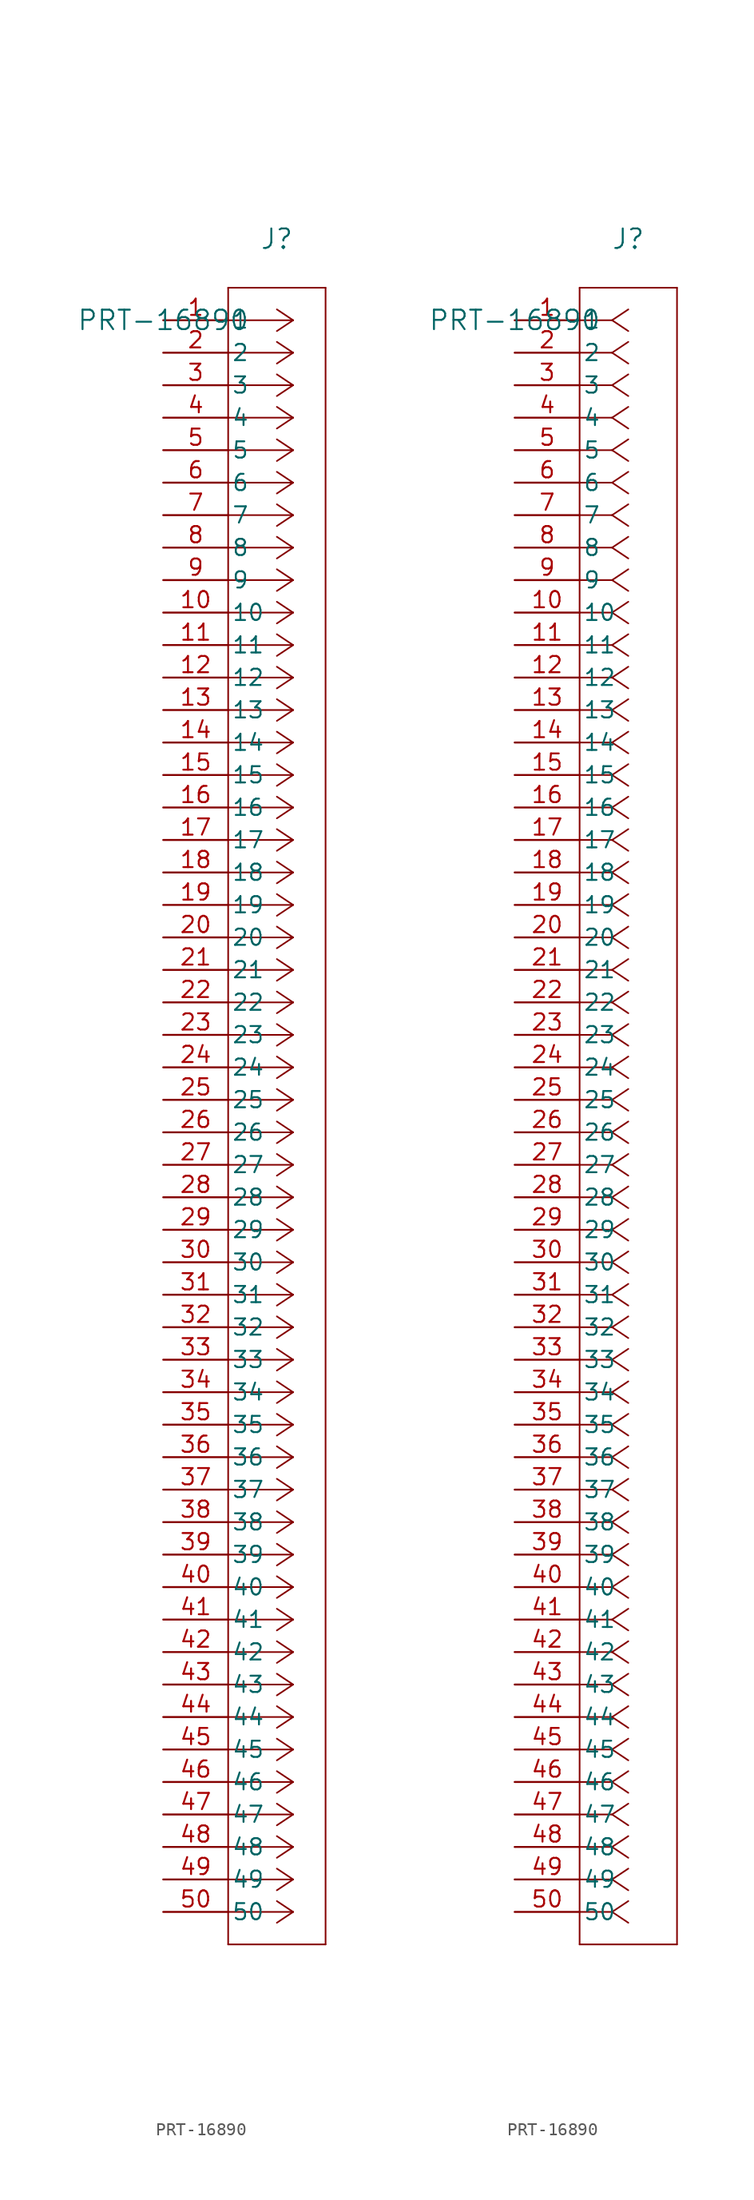
<source format=kicad_sym>
(kicad_symbol_lib
  (version 20211014)
  (generator kicad_symbol_editor)
  (symbol "PRT-16890"
    (pin_names
      (offset 0.254))
    (property "Reference" "J"
      (at 8.89 6.35 0)
      (effects (font (size 1.524 1.524))))
    (property "Value" "PRT-16890"
      (at 0 0 0)
      (effects (font (size 1.524 1.524))))
    (symbol "PRT-16890_1_1"
      (polyline (pts (xy 10.16 0) (xy 5.08 0)) (stroke (width 0.127) (type default) (color 0 0 0 0)) (fill (type none)))
      (polyline (pts (xy 10.16 -2.54) (xy 5.08 -2.54)) (stroke (width 0.127) (type default) (color 0 0 0 0)) (fill (type none)))
      (polyline (pts (xy 10.16 -5.08) (xy 5.08 -5.08)) (stroke (width 0.127) (type default) (color 0 0 0 0)) (fill (type none)))
      (polyline (pts (xy 10.16 -7.62) (xy 5.08 -7.62)) (stroke (width 0.127) (type default) (color 0 0 0 0)) (fill (type none)))
      (polyline (pts (xy 10.16 -10.16) (xy 5.08 -10.16)) (stroke (width 0.127) (type default) (color 0 0 0 0)) (fill (type none)))
      (polyline (pts (xy 10.16 -12.7) (xy 5.08 -12.7)) (stroke (width 0.127) (type default) (color 0 0 0 0)) (fill (type none)))
      (polyline (pts (xy 10.16 -15.24) (xy 5.08 -15.24)) (stroke (width 0.127) (type default) (color 0 0 0 0)) (fill (type none)))
      (polyline (pts (xy 10.16 -17.78) (xy 5.08 -17.78)) (stroke (width 0.127) (type default) (color 0 0 0 0)) (fill (type none)))
      (polyline (pts (xy 10.16 -20.32) (xy 5.08 -20.32)) (stroke (width 0.127) (type default) (color 0 0 0 0)) (fill (type none)))
      (polyline (pts (xy 10.16 -22.86) (xy 5.08 -22.86)) (stroke (width 0.127) (type default) (color 0 0 0 0)) (fill (type none)))
      (polyline (pts (xy 10.16 -25.4) (xy 5.08 -25.4)) (stroke (width 0.127) (type default) (color 0 0 0 0)) (fill (type none)))
      (polyline (pts (xy 10.16 -27.94) (xy 5.08 -27.94)) (stroke (width 0.127) (type default) (color 0 0 0 0)) (fill (type none)))
      (polyline (pts (xy 10.16 -30.48) (xy 5.08 -30.48)) (stroke (width 0.127) (type default) (color 0 0 0 0)) (fill (type none)))
      (polyline (pts (xy 10.16 -33.02) (xy 5.08 -33.02)) (stroke (width 0.127) (type default) (color 0 0 0 0)) (fill (type none)))
      (polyline (pts (xy 10.16 -35.56) (xy 5.08 -35.56)) (stroke (width 0.127) (type default) (color 0 0 0 0)) (fill (type none)))
      (polyline (pts (xy 10.16 -38.1) (xy 5.08 -38.1)) (stroke (width 0.127) (type default) (color 0 0 0 0)) (fill (type none)))
      (polyline (pts (xy 10.16 -40.64) (xy 5.08 -40.64)) (stroke (width 0.127) (type default) (color 0 0 0 0)) (fill (type none)))
      (polyline (pts (xy 10.16 -43.18) (xy 5.08 -43.18)) (stroke (width 0.127) (type default) (color 0 0 0 0)) (fill (type none)))
      (polyline (pts (xy 10.16 -45.72) (xy 5.08 -45.72)) (stroke (width 0.127) (type default) (color 0 0 0 0)) (fill (type none)))
      (polyline (pts (xy 10.16 -48.26) (xy 5.08 -48.26)) (stroke (width 0.127) (type default) (color 0 0 0 0)) (fill (type none)))
      (polyline (pts (xy 10.16 -50.8) (xy 5.08 -50.8)) (stroke (width 0.127) (type default) (color 0 0 0 0)) (fill (type none)))
      (polyline (pts (xy 10.16 -53.34) (xy 5.08 -53.34)) (stroke (width 0.127) (type default) (color 0 0 0 0)) (fill (type none)))
      (polyline (pts (xy 10.16 -55.88) (xy 5.08 -55.88)) (stroke (width 0.127) (type default) (color 0 0 0 0)) (fill (type none)))
      (polyline (pts (xy 10.16 -58.42) (xy 5.08 -58.42)) (stroke (width 0.127) (type default) (color 0 0 0 0)) (fill (type none)))
      (polyline (pts (xy 10.16 -60.96) (xy 5.08 -60.96)) (stroke (width 0.127) (type default) (color 0 0 0 0)) (fill (type none)))
      (polyline (pts (xy 10.16 -63.5) (xy 5.08 -63.5)) (stroke (width 0.127) (type default) (color 0 0 0 0)) (fill (type none)))
      (polyline (pts (xy 10.16 -66.04) (xy 5.08 -66.04)) (stroke (width 0.127) (type default) (color 0 0 0 0)) (fill (type none)))
      (polyline (pts (xy 10.16 -68.58) (xy 5.08 -68.58)) (stroke (width 0.127) (type default) (color 0 0 0 0)) (fill (type none)))
      (polyline (pts (xy 10.16 -71.12) (xy 5.08 -71.12)) (stroke (width 0.127) (type default) (color 0 0 0 0)) (fill (type none)))
      (polyline (pts (xy 10.16 -73.66) (xy 5.08 -73.66)) (stroke (width 0.127) (type default) (color 0 0 0 0)) (fill (type none)))
      (polyline (pts (xy 10.16 -76.2) (xy 5.08 -76.2)) (stroke (width 0.127) (type default) (color 0 0 0 0)) (fill (type none)))
      (polyline (pts (xy 10.16 -78.74) (xy 5.08 -78.74)) (stroke (width 0.127) (type default) (color 0 0 0 0)) (fill (type none)))
      (polyline (pts (xy 10.16 -81.28) (xy 5.08 -81.28)) (stroke (width 0.127) (type default) (color 0 0 0 0)) (fill (type none)))
      (polyline (pts (xy 10.16 -83.82) (xy 5.08 -83.82)) (stroke (width 0.127) (type default) (color 0 0 0 0)) (fill (type none)))
      (polyline (pts (xy 10.16 -86.36) (xy 5.08 -86.36)) (stroke (width 0.127) (type default) (color 0 0 0 0)) (fill (type none)))
      (polyline (pts (xy 10.16 -88.9) (xy 5.08 -88.9)) (stroke (width 0.127) (type default) (color 0 0 0 0)) (fill (type none)))
      (polyline (pts (xy 10.16 -91.44) (xy 5.08 -91.44)) (stroke (width 0.127) (type default) (color 0 0 0 0)) (fill (type none)))
      (polyline (pts (xy 10.16 -93.98) (xy 5.08 -93.98)) (stroke (width 0.127) (type default) (color 0 0 0 0)) (fill (type none)))
      (polyline (pts (xy 10.16 -96.52) (xy 5.08 -96.52)) (stroke (width 0.127) (type default) (color 0 0 0 0)) (fill (type none)))
      (polyline (pts (xy 10.16 -99.06) (xy 5.08 -99.06)) (stroke (width 0.127) (type default) (color 0 0 0 0)) (fill (type none)))
      (polyline (pts (xy 10.16 -101.6) (xy 5.08 -101.6)) (stroke (width 0.127) (type default) (color 0 0 0 0)) (fill (type none)))
      (polyline (pts (xy 10.16 -104.14) (xy 5.08 -104.14)) (stroke (width 0.127) (type default) (color 0 0 0 0)) (fill (type none)))
      (polyline (pts (xy 10.16 -106.68) (xy 5.08 -106.68)) (stroke (width 0.127) (type default) (color 0 0 0 0)) (fill (type none)))
      (polyline (pts (xy 10.16 -109.22) (xy 5.08 -109.22)) (stroke (width 0.127) (type default) (color 0 0 0 0)) (fill (type none)))
      (polyline (pts (xy 10.16 -111.76) (xy 5.08 -111.76)) (stroke (width 0.127) (type default) (color 0 0 0 0)) (fill (type none)))
      (polyline (pts (xy 10.16 -114.3) (xy 5.08 -114.3)) (stroke (width 0.127) (type default) (color 0 0 0 0)) (fill (type none)))
      (polyline (pts (xy 10.16 -116.84) (xy 5.08 -116.84)) (stroke (width 0.127) (type default) (color 0 0 0 0)) (fill (type none)))
      (polyline (pts (xy 10.16 -119.38) (xy 5.08 -119.38)) (stroke (width 0.127) (type default) (color 0 0 0 0)) (fill (type none)))
      (polyline (pts (xy 10.16 -121.92) (xy 5.08 -121.92)) (stroke (width 0.127) (type default) (color 0 0 0 0)) (fill (type none)))
      (polyline (pts (xy 10.16 -124.46) (xy 5.08 -124.46)) (stroke (width 0.127) (type default) (color 0 0 0 0)) (fill (type none)))
      (polyline (pts (xy 10.16 0) (xy 8.89 0.847)) (stroke (width 0.127) (type default) (color 0 0 0 0)) (fill (type none)))
      (polyline (pts (xy 10.16 -2.54) (xy 8.89 -1.693)) (stroke (width 0.127) (type default) (color 0 0 0 0)) (fill (type none)))
      (polyline (pts (xy 10.16 -5.08) (xy 8.89 -4.233)) (stroke (width 0.127) (type default) (color 0 0 0 0)) (fill (type none)))
      (polyline (pts (xy 10.16 -7.62) (xy 8.89 -6.773)) (stroke (width 0.127) (type default) (color 0 0 0 0)) (fill (type none)))
      (polyline (pts (xy 10.16 -10.16) (xy 8.89 -9.313)) (stroke (width 0.127) (type default) (color 0 0 0 0)) (fill (type none)))
      (polyline (pts (xy 10.16 -12.7) (xy 8.89 -11.853)) (stroke (width 0.127) (type default) (color 0 0 0 0)) (fill (type none)))
      (polyline (pts (xy 10.16 -15.24) (xy 8.89 -14.393)) (stroke (width 0.127) (type default) (color 0 0 0 0)) (fill (type none)))
      (polyline (pts (xy 10.16 -17.78) (xy 8.89 -16.933)) (stroke (width 0.127) (type default) (color 0 0 0 0)) (fill (type none)))
      (polyline (pts (xy 10.16 -20.32) (xy 8.89 -19.473)) (stroke (width 0.127) (type default) (color 0 0 0 0)) (fill (type none)))
      (polyline (pts (xy 10.16 -22.86) (xy 8.89 -22.013)) (stroke (width 0.127) (type default) (color 0 0 0 0)) (fill (type none)))
      (polyline (pts (xy 10.16 -25.4) (xy 8.89 -24.553)) (stroke (width 0.127) (type default) (color 0 0 0 0)) (fill (type none)))
      (polyline (pts (xy 10.16 -27.94) (xy 8.89 -27.093)) (stroke (width 0.127) (type default) (color 0 0 0 0)) (fill (type none)))
      (polyline (pts (xy 10.16 -30.48) (xy 8.89 -29.633)) (stroke (width 0.127) (type default) (color 0 0 0 0)) (fill (type none)))
      (polyline (pts (xy 10.16 -33.02) (xy 8.89 -32.173)) (stroke (width 0.127) (type default) (color 0 0 0 0)) (fill (type none)))
      (polyline (pts (xy 10.16 -35.56) (xy 8.89 -34.713)) (stroke (width 0.127) (type default) (color 0 0 0 0)) (fill (type none)))
      (polyline (pts (xy 10.16 -38.1) (xy 8.89 -37.253)) (stroke (width 0.127) (type default) (color 0 0 0 0)) (fill (type none)))
      (polyline (pts (xy 10.16 -40.64) (xy 8.89 -39.793)) (stroke (width 0.127) (type default) (color 0 0 0 0)) (fill (type none)))
      (polyline (pts (xy 10.16 -43.18) (xy 8.89 -42.333)) (stroke (width 0.127) (type default) (color 0 0 0 0)) (fill (type none)))
      (polyline (pts (xy 10.16 -45.72) (xy 8.89 -44.873)) (stroke (width 0.127) (type default) (color 0 0 0 0)) (fill (type none)))
      (polyline (pts (xy 10.16 -48.26) (xy 8.89 -47.413)) (stroke (width 0.127) (type default) (color 0 0 0 0)) (fill (type none)))
      (polyline (pts (xy 10.16 -50.8) (xy 8.89 -49.953)) (stroke (width 0.127) (type default) (color 0 0 0 0)) (fill (type none)))
      (polyline (pts (xy 10.16 -53.34) (xy 8.89 -52.493)) (stroke (width 0.127) (type default) (color 0 0 0 0)) (fill (type none)))
      (polyline (pts (xy 10.16 -55.88) (xy 8.89 -55.033)) (stroke (width 0.127) (type default) (color 0 0 0 0)) (fill (type none)))
      (polyline (pts (xy 10.16 -58.42) (xy 8.89 -57.573)) (stroke (width 0.127) (type default) (color 0 0 0 0)) (fill (type none)))
      (polyline (pts (xy 10.16 -60.96) (xy 8.89 -60.113)) (stroke (width 0.127) (type default) (color 0 0 0 0)) (fill (type none)))
      (polyline (pts (xy 10.16 -63.5) (xy 8.89 -62.653)) (stroke (width 0.127) (type default) (color 0 0 0 0)) (fill (type none)))
      (polyline (pts (xy 10.16 -66.04) (xy 8.89 -65.193)) (stroke (width 0.127) (type default) (color 0 0 0 0)) (fill (type none)))
      (polyline (pts (xy 10.16 -68.58) (xy 8.89 -67.733)) (stroke (width 0.127) (type default) (color 0 0 0 0)) (fill (type none)))
      (polyline (pts (xy 10.16 -71.12) (xy 8.89 -70.273)) (stroke (width 0.127) (type default) (color 0 0 0 0)) (fill (type none)))
      (polyline (pts (xy 10.16 -73.66) (xy 8.89 -72.813)) (stroke (width 0.127) (type default) (color 0 0 0 0)) (fill (type none)))
      (polyline (pts (xy 10.16 -76.2) (xy 8.89 -75.353)) (stroke (width 0.127) (type default) (color 0 0 0 0)) (fill (type none)))
      (polyline (pts (xy 10.16 -78.74) (xy 8.89 -77.893)) (stroke (width 0.127) (type default) (color 0 0 0 0)) (fill (type none)))
      (polyline (pts (xy 10.16 -81.28) (xy 8.89 -80.433)) (stroke (width 0.127) (type default) (color 0 0 0 0)) (fill (type none)))
      (polyline (pts (xy 10.16 -83.82) (xy 8.89 -82.973)) (stroke (width 0.127) (type default) (color 0 0 0 0)) (fill (type none)))
      (polyline (pts (xy 10.16 -86.36) (xy 8.89 -85.513)) (stroke (width 0.127) (type default) (color 0 0 0 0)) (fill (type none)))
      (polyline (pts (xy 10.16 -88.9) (xy 8.89 -88.053)) (stroke (width 0.127) (type default) (color 0 0 0 0)) (fill (type none)))
      (polyline (pts (xy 10.16 -91.44) (xy 8.89 -90.593)) (stroke (width 0.127) (type default) (color 0 0 0 0)) (fill (type none)))
      (polyline (pts (xy 10.16 -93.98) (xy 8.89 -93.133)) (stroke (width 0.127) (type default) (color 0 0 0 0)) (fill (type none)))
      (polyline (pts (xy 10.16 -96.52) (xy 8.89 -95.673)) (stroke (width 0.127) (type default) (color 0 0 0 0)) (fill (type none)))
      (polyline (pts (xy 10.16 -99.06) (xy 8.89 -98.213)) (stroke (width 0.127) (type default) (color 0 0 0 0)) (fill (type none)))
      (polyline (pts (xy 10.16 -101.6) (xy 8.89 -100.753)) (stroke (width 0.127) (type default) (color 0 0 0 0)) (fill (type none)))
      (polyline (pts (xy 10.16 -104.14) (xy 8.89 -103.293)) (stroke (width 0.127) (type default) (color 0 0 0 0)) (fill (type none)))
      (polyline (pts (xy 10.16 -106.68) (xy 8.89 -105.833)) (stroke (width 0.127) (type default) (color 0 0 0 0)) (fill (type none)))
      (polyline (pts (xy 10.16 -109.22) (xy 8.89 -108.373)) (stroke (width 0.127) (type default) (color 0 0 0 0)) (fill (type none)))
      (polyline (pts (xy 10.16 -111.76) (xy 8.89 -110.913)) (stroke (width 0.127) (type default) (color 0 0 0 0)) (fill (type none)))
      (polyline (pts (xy 10.16 -114.3) (xy 8.89 -113.453)) (stroke (width 0.127) (type default) (color 0 0 0 0)) (fill (type none)))
      (polyline (pts (xy 10.16 -116.84) (xy 8.89 -115.993)) (stroke (width 0.127) (type default) (color 0 0 0 0)) (fill (type none)))
      (polyline (pts (xy 10.16 -119.38) (xy 8.89 -118.533)) (stroke (width 0.127) (type default) (color 0 0 0 0)) (fill (type none)))
      (polyline (pts (xy 10.16 -121.92) (xy 8.89 -121.073)) (stroke (width 0.127) (type default) (color 0 0 0 0)) (fill (type none)))
      (polyline (pts (xy 10.16 -124.46) (xy 8.89 -123.613)) (stroke (width 0.127) (type default) (color 0 0 0 0)) (fill (type none)))
      (polyline (pts (xy 10.16 0) (xy 8.89 -0.847)) (stroke (width 0.127) (type default) (color 0 0 0 0)) (fill (type none)))
      (polyline (pts (xy 10.16 -2.54) (xy 8.89 -3.387)) (stroke (width 0.127) (type default) (color 0 0 0 0)) (fill (type none)))
      (polyline (pts (xy 10.16 -5.08) (xy 8.89 -5.927)) (stroke (width 0.127) (type default) (color 0 0 0 0)) (fill (type none)))
      (polyline (pts (xy 10.16 -7.62) (xy 8.89 -8.467)) (stroke (width 0.127) (type default) (color 0 0 0 0)) (fill (type none)))
      (polyline (pts (xy 10.16 -10.16) (xy 8.89 -11.007)) (stroke (width 0.127) (type default) (color 0 0 0 0)) (fill (type none)))
      (polyline (pts (xy 10.16 -12.7) (xy 8.89 -13.547)) (stroke (width 0.127) (type default) (color 0 0 0 0)) (fill (type none)))
      (polyline (pts (xy 10.16 -15.24) (xy 8.89 -16.087)) (stroke (width 0.127) (type default) (color 0 0 0 0)) (fill (type none)))
      (polyline (pts (xy 10.16 -17.78) (xy 8.89 -18.627)) (stroke (width 0.127) (type default) (color 0 0 0 0)) (fill (type none)))
      (polyline (pts (xy 10.16 -20.32) (xy 8.89 -21.167)) (stroke (width 0.127) (type default) (color 0 0 0 0)) (fill (type none)))
      (polyline (pts (xy 10.16 -22.86) (xy 8.89 -23.707)) (stroke (width 0.127) (type default) (color 0 0 0 0)) (fill (type none)))
      (polyline (pts (xy 10.16 -25.4) (xy 8.89 -26.247)) (stroke (width 0.127) (type default) (color 0 0 0 0)) (fill (type none)))
      (polyline (pts (xy 10.16 -27.94) (xy 8.89 -28.787)) (stroke (width 0.127) (type default) (color 0 0 0 0)) (fill (type none)))
      (polyline (pts (xy 10.16 -30.48) (xy 8.89 -31.327)) (stroke (width 0.127) (type default) (color 0 0 0 0)) (fill (type none)))
      (polyline (pts (xy 10.16 -33.02) (xy 8.89 -33.867)) (stroke (width 0.127) (type default) (color 0 0 0 0)) (fill (type none)))
      (polyline (pts (xy 10.16 -35.56) (xy 8.89 -36.407)) (stroke (width 0.127) (type default) (color 0 0 0 0)) (fill (type none)))
      (polyline (pts (xy 10.16 -38.1) (xy 8.89 -38.947)) (stroke (width 0.127) (type default) (color 0 0 0 0)) (fill (type none)))
      (polyline (pts (xy 10.16 -40.64) (xy 8.89 -41.487)) (stroke (width 0.127) (type default) (color 0 0 0 0)) (fill (type none)))
      (polyline (pts (xy 10.16 -43.18) (xy 8.89 -44.027)) (stroke (width 0.127) (type default) (color 0 0 0 0)) (fill (type none)))
      (polyline (pts (xy 10.16 -45.72) (xy 8.89 -46.567)) (stroke (width 0.127) (type default) (color 0 0 0 0)) (fill (type none)))
      (polyline (pts (xy 10.16 -48.26) (xy 8.89 -49.107)) (stroke (width 0.127) (type default) (color 0 0 0 0)) (fill (type none)))
      (polyline (pts (xy 10.16 -50.8) (xy 8.89 -51.647)) (stroke (width 0.127) (type default) (color 0 0 0 0)) (fill (type none)))
      (polyline (pts (xy 10.16 -53.34) (xy 8.89 -54.187)) (stroke (width 0.127) (type default) (color 0 0 0 0)) (fill (type none)))
      (polyline (pts (xy 10.16 -55.88) (xy 8.89 -56.727)) (stroke (width 0.127) (type default) (color 0 0 0 0)) (fill (type none)))
      (polyline (pts (xy 10.16 -58.42) (xy 8.89 -59.267)) (stroke (width 0.127) (type default) (color 0 0 0 0)) (fill (type none)))
      (polyline (pts (xy 10.16 -60.96) (xy 8.89 -61.807)) (stroke (width 0.127) (type default) (color 0 0 0 0)) (fill (type none)))
      (polyline (pts (xy 10.16 -63.5) (xy 8.89 -64.347)) (stroke (width 0.127) (type default) (color 0 0 0 0)) (fill (type none)))
      (polyline (pts (xy 10.16 -66.04) (xy 8.89 -66.887)) (stroke (width 0.127) (type default) (color 0 0 0 0)) (fill (type none)))
      (polyline (pts (xy 10.16 -68.58) (xy 8.89 -69.427)) (stroke (width 0.127) (type default) (color 0 0 0 0)) (fill (type none)))
      (polyline (pts (xy 10.16 -71.12) (xy 8.89 -71.967)) (stroke (width 0.127) (type default) (color 0 0 0 0)) (fill (type none)))
      (polyline (pts (xy 10.16 -73.66) (xy 8.89 -74.507)) (stroke (width 0.127) (type default) (color 0 0 0 0)) (fill (type none)))
      (polyline (pts (xy 10.16 -76.2) (xy 8.89 -77.047)) (stroke (width 0.127) (type default) (color 0 0 0 0)) (fill (type none)))
      (polyline (pts (xy 10.16 -78.74) (xy 8.89 -79.587)) (stroke (width 0.127) (type default) (color 0 0 0 0)) (fill (type none)))
      (polyline (pts (xy 10.16 -81.28) (xy 8.89 -82.127)) (stroke (width 0.127) (type default) (color 0 0 0 0)) (fill (type none)))
      (polyline (pts (xy 10.16 -83.82) (xy 8.89 -84.667)) (stroke (width 0.127) (type default) (color 0 0 0 0)) (fill (type none)))
      (polyline (pts (xy 10.16 -86.36) (xy 8.89 -87.207)) (stroke (width 0.127) (type default) (color 0 0 0 0)) (fill (type none)))
      (polyline (pts (xy 10.16 -88.9) (xy 8.89 -89.747)) (stroke (width 0.127) (type default) (color 0 0 0 0)) (fill (type none)))
      (polyline (pts (xy 10.16 -91.44) (xy 8.89 -92.287)) (stroke (width 0.127) (type default) (color 0 0 0 0)) (fill (type none)))
      (polyline (pts (xy 10.16 -93.98) (xy 8.89 -94.827)) (stroke (width 0.127) (type default) (color 0 0 0 0)) (fill (type none)))
      (polyline (pts (xy 10.16 -96.52) (xy 8.89 -97.367)) (stroke (width 0.127) (type default) (color 0 0 0 0)) (fill (type none)))
      (polyline (pts (xy 10.16 -99.06) (xy 8.89 -99.907)) (stroke (width 0.127) (type default) (color 0 0 0 0)) (fill (type none)))
      (polyline (pts (xy 10.16 -101.6) (xy 8.89 -102.447)) (stroke (width 0.127) (type default) (color 0 0 0 0)) (fill (type none)))
      (polyline (pts (xy 10.16 -104.14) (xy 8.89 -104.987)) (stroke (width 0.127) (type default) (color 0 0 0 0)) (fill (type none)))
      (polyline (pts (xy 10.16 -106.68) (xy 8.89 -107.527)) (stroke (width 0.127) (type default) (color 0 0 0 0)) (fill (type none)))
      (polyline (pts (xy 10.16 -109.22) (xy 8.89 -110.067)) (stroke (width 0.127) (type default) (color 0 0 0 0)) (fill (type none)))
      (polyline (pts (xy 10.16 -111.76) (xy 8.89 -112.607)) (stroke (width 0.127) (type default) (color 0 0 0 0)) (fill (type none)))
      (polyline (pts (xy 10.16 -114.3) (xy 8.89 -115.147)) (stroke (width 0.127) (type default) (color 0 0 0 0)) (fill (type none)))
      (polyline (pts (xy 10.16 -116.84) (xy 8.89 -117.687)) (stroke (width 0.127) (type default) (color 0 0 0 0)) (fill (type none)))
      (polyline (pts (xy 10.16 -119.38) (xy 8.89 -120.227)) (stroke (width 0.127) (type default) (color 0 0 0 0)) (fill (type none)))
      (polyline (pts (xy 10.16 -121.92) (xy 8.89 -122.767)) (stroke (width 0.127) (type default) (color 0 0 0 0)) (fill (type none)))
      (polyline (pts (xy 10.16 -124.46) (xy 8.89 -125.307)) (stroke (width 0.127) (type default) (color 0 0 0 0)) (fill (type none)))
      (polyline (pts (xy 5.08 2.54) (xy 5.08 -127)) (stroke (width 0.127) (type default) (color 0 0 0 0)) (fill (type none)))
      (polyline (pts (xy 5.08 -127) (xy 12.7 -127)) (stroke (width 0.127) (type default) (color 0 0 0 0)) (fill (type none)))
      (polyline (pts (xy 12.7 -127) (xy 12.7 2.54)) (stroke (width 0.127) (type default) (color 0 0 0 0)) (fill (type none)))
      (polyline (pts (xy 12.7 2.54) (xy 5.08 2.54)) (stroke (width 0.127) (type default) (color 0 0 0 0)) (fill (type none)))
      (pin unspecified line (at 0 0 0) (length 5.08) (name "1" (effects (font (size 1.27 1.27)))) (number "1" (effects (font (size 1.27 1.27)))))
      (pin unspecified line (at 0 -2.54 0) (length 5.08) (name "2" (effects (font (size 1.27 1.27)))) (number "2" (effects (font (size 1.27 1.27)))))
      (pin unspecified line (at 0 -5.08 0) (length 5.08) (name "3" (effects (font (size 1.27 1.27)))) (number "3" (effects (font (size 1.27 1.27)))))
      (pin unspecified line (at 0 -7.62 0) (length 5.08) (name "4" (effects (font (size 1.27 1.27)))) (number "4" (effects (font (size 1.27 1.27)))))
      (pin unspecified line (at 0 -10.16 0) (length 5.08) (name "5" (effects (font (size 1.27 1.27)))) (number "5" (effects (font (size 1.27 1.27)))))
      (pin unspecified line (at 0 -12.7 0) (length 5.08) (name "6" (effects (font (size 1.27 1.27)))) (number "6" (effects (font (size 1.27 1.27)))))
      (pin unspecified line (at 0 -15.24 0) (length 5.08) (name "7" (effects (font (size 1.27 1.27)))) (number "7" (effects (font (size 1.27 1.27)))))
      (pin unspecified line (at 0 -17.78 0) (length 5.08) (name "8" (effects (font (size 1.27 1.27)))) (number "8" (effects (font (size 1.27 1.27)))))
      (pin unspecified line (at 0 -20.32 0) (length 5.08) (name "9" (effects (font (size 1.27 1.27)))) (number "9" (effects (font (size 1.27 1.27)))))
      (pin unspecified line (at 0 -22.86 0) (length 5.08) (name "10" (effects (font (size 1.27 1.27)))) (number "10" (effects (font (size 1.27 1.27)))))
      (pin unspecified line (at 0 -25.4 0) (length 5.08) (name "11" (effects (font (size 1.27 1.27)))) (number "11" (effects (font (size 1.27 1.27)))))
      (pin unspecified line (at 0 -27.94 0) (length 5.08) (name "12" (effects (font (size 1.27 1.27)))) (number "12" (effects (font (size 1.27 1.27)))))
      (pin unspecified line (at 0 -30.48 0) (length 5.08) (name "13" (effects (font (size 1.27 1.27)))) (number "13" (effects (font (size 1.27 1.27)))))
      (pin unspecified line (at 0 -33.02 0) (length 5.08) (name "14" (effects (font (size 1.27 1.27)))) (number "14" (effects (font (size 1.27 1.27)))))
      (pin unspecified line (at 0 -35.56 0) (length 5.08) (name "15" (effects (font (size 1.27 1.27)))) (number "15" (effects (font (size 1.27 1.27)))))
      (pin unspecified line (at 0 -38.1 0) (length 5.08) (name "16" (effects (font (size 1.27 1.27)))) (number "16" (effects (font (size 1.27 1.27)))))
      (pin unspecified line (at 0 -40.64 0) (length 5.08) (name "17" (effects (font (size 1.27 1.27)))) (number "17" (effects (font (size 1.27 1.27)))))
      (pin unspecified line (at 0 -43.18 0) (length 5.08) (name "18" (effects (font (size 1.27 1.27)))) (number "18" (effects (font (size 1.27 1.27)))))
      (pin unspecified line (at 0 -45.72 0) (length 5.08) (name "19" (effects (font (size 1.27 1.27)))) (number "19" (effects (font (size 1.27 1.27)))))
      (pin unspecified line (at 0 -48.26 0) (length 5.08) (name "20" (effects (font (size 1.27 1.27)))) (number "20" (effects (font (size 1.27 1.27)))))
      (pin unspecified line (at 0 -50.8 0) (length 5.08) (name "21" (effects (font (size 1.27 1.27)))) (number "21" (effects (font (size 1.27 1.27)))))
      (pin unspecified line (at 0 -53.34 0) (length 5.08) (name "22" (effects (font (size 1.27 1.27)))) (number "22" (effects (font (size 1.27 1.27)))))
      (pin unspecified line (at 0 -55.88 0) (length 5.08) (name "23" (effects (font (size 1.27 1.27)))) (number "23" (effects (font (size 1.27 1.27)))))
      (pin unspecified line (at 0 -58.42 0) (length 5.08) (name "24" (effects (font (size 1.27 1.27)))) (number "24" (effects (font (size 1.27 1.27)))))
      (pin unspecified line (at 0 -60.96 0) (length 5.08) (name "25" (effects (font (size 1.27 1.27)))) (number "25" (effects (font (size 1.27 1.27)))))
      (pin unspecified line (at 0 -63.5 0) (length 5.08) (name "26" (effects (font (size 1.27 1.27)))) (number "26" (effects (font (size 1.27 1.27)))))
      (pin unspecified line (at 0 -66.04 0) (length 5.08) (name "27" (effects (font (size 1.27 1.27)))) (number "27" (effects (font (size 1.27 1.27)))))
      (pin unspecified line (at 0 -68.58 0) (length 5.08) (name "28" (effects (font (size 1.27 1.27)))) (number "28" (effects (font (size 1.27 1.27)))))
      (pin unspecified line (at 0 -71.12 0) (length 5.08) (name "29" (effects (font (size 1.27 1.27)))) (number "29" (effects (font (size 1.27 1.27)))))
      (pin unspecified line (at 0 -73.66 0) (length 5.08) (name "30" (effects (font (size 1.27 1.27)))) (number "30" (effects (font (size 1.27 1.27)))))
      (pin unspecified line (at 0 -76.2 0) (length 5.08) (name "31" (effects (font (size 1.27 1.27)))) (number "31" (effects (font (size 1.27 1.27)))))
      (pin unspecified line (at 0 -78.74 0) (length 5.08) (name "32" (effects (font (size 1.27 1.27)))) (number "32" (effects (font (size 1.27 1.27)))))
      (pin unspecified line (at 0 -81.28 0) (length 5.08) (name "33" (effects (font (size 1.27 1.27)))) (number "33" (effects (font (size 1.27 1.27)))))
      (pin unspecified line (at 0 -83.82 0) (length 5.08) (name "34" (effects (font (size 1.27 1.27)))) (number "34" (effects (font (size 1.27 1.27)))))
      (pin unspecified line (at 0 -86.36 0) (length 5.08) (name "35" (effects (font (size 1.27 1.27)))) (number "35" (effects (font (size 1.27 1.27)))))
      (pin unspecified line (at 0 -88.9 0) (length 5.08) (name "36" (effects (font (size 1.27 1.27)))) (number "36" (effects (font (size 1.27 1.27)))))
      (pin unspecified line (at 0 -91.44 0) (length 5.08) (name "37" (effects (font (size 1.27 1.27)))) (number "37" (effects (font (size 1.27 1.27)))))
      (pin unspecified line (at 0 -93.98 0) (length 5.08) (name "38" (effects (font (size 1.27 1.27)))) (number "38" (effects (font (size 1.27 1.27)))))
      (pin unspecified line (at 0 -96.52 0) (length 5.08) (name "39" (effects (font (size 1.27 1.27)))) (number "39" (effects (font (size 1.27 1.27)))))
      (pin unspecified line (at 0 -99.06 0) (length 5.08) (name "40" (effects (font (size 1.27 1.27)))) (number "40" (effects (font (size 1.27 1.27)))))
      (pin unspecified line (at 0 -101.6 0) (length 5.08) (name "41" (effects (font (size 1.27 1.27)))) (number "41" (effects (font (size 1.27 1.27)))))
      (pin unspecified line (at 0 -104.14 0) (length 5.08) (name "42" (effects (font (size 1.27 1.27)))) (number "42" (effects (font (size 1.27 1.27)))))
      (pin unspecified line (at 0 -106.68 0) (length 5.08) (name "43" (effects (font (size 1.27 1.27)))) (number "43" (effects (font (size 1.27 1.27)))))
      (pin unspecified line (at 0 -109.22 0) (length 5.08) (name "44" (effects (font (size 1.27 1.27)))) (number "44" (effects (font (size 1.27 1.27)))))
      (pin unspecified line (at 0 -111.76 0) (length 5.08) (name "45" (effects (font (size 1.27 1.27)))) (number "45" (effects (font (size 1.27 1.27)))))
      (pin unspecified line (at 0 -114.3 0) (length 5.08) (name "46" (effects (font (size 1.27 1.27)))) (number "46" (effects (font (size 1.27 1.27)))))
      (pin unspecified line (at 0 -116.84 0) (length 5.08) (name "47" (effects (font (size 1.27 1.27)))) (number "47" (effects (font (size 1.27 1.27)))))
      (pin unspecified line (at 0 -119.38 0) (length 5.08) (name "48" (effects (font (size 1.27 1.27)))) (number "48" (effects (font (size 1.27 1.27)))))
      (pin unspecified line (at 0 -121.92 0) (length 5.08) (name "49" (effects (font (size 1.27 1.27)))) (number "49" (effects (font (size 1.27 1.27)))))
      (pin unspecified line (at 0 -124.46 0) (length 5.08) (name "50" (effects (font (size 1.27 1.27)))) (number "50" (effects (font (size 1.27 1.27))))))
    (symbol "PRT-16890_1_2"
      (polyline (pts (xy 7.62 0) (xy 5.08 0)) (stroke (width 0.127) (type default) (color 0 0 0 0)) (fill (type none)))
      (polyline (pts (xy 7.62 -2.54) (xy 5.08 -2.54)) (stroke (width 0.127) (type default) (color 0 0 0 0)) (fill (type none)))
      (polyline (pts (xy 7.62 -5.08) (xy 5.08 -5.08)) (stroke (width 0.127) (type default) (color 0 0 0 0)) (fill (type none)))
      (polyline (pts (xy 7.62 -7.62) (xy 5.08 -7.62)) (stroke (width 0.127) (type default) (color 0 0 0 0)) (fill (type none)))
      (polyline (pts (xy 7.62 -10.16) (xy 5.08 -10.16)) (stroke (width 0.127) (type default) (color 0 0 0 0)) (fill (type none)))
      (polyline (pts (xy 7.62 -12.7) (xy 5.08 -12.7)) (stroke (width 0.127) (type default) (color 0 0 0 0)) (fill (type none)))
      (polyline (pts (xy 7.62 -15.24) (xy 5.08 -15.24)) (stroke (width 0.127) (type default) (color 0 0 0 0)) (fill (type none)))
      (polyline (pts (xy 7.62 -17.78) (xy 5.08 -17.78)) (stroke (width 0.127) (type default) (color 0 0 0 0)) (fill (type none)))
      (polyline (pts (xy 7.62 -20.32) (xy 5.08 -20.32)) (stroke (width 0.127) (type default) (color 0 0 0 0)) (fill (type none)))
      (polyline (pts (xy 7.62 -22.86) (xy 5.08 -22.86)) (stroke (width 0.127) (type default) (color 0 0 0 0)) (fill (type none)))
      (polyline (pts (xy 7.62 -25.4) (xy 5.08 -25.4)) (stroke (width 0.127) (type default) (color 0 0 0 0)) (fill (type none)))
      (polyline (pts (xy 7.62 -27.94) (xy 5.08 -27.94)) (stroke (width 0.127) (type default) (color 0 0 0 0)) (fill (type none)))
      (polyline (pts (xy 7.62 -30.48) (xy 5.08 -30.48)) (stroke (width 0.127) (type default) (color 0 0 0 0)) (fill (type none)))
      (polyline (pts (xy 7.62 -33.02) (xy 5.08 -33.02)) (stroke (width 0.127) (type default) (color 0 0 0 0)) (fill (type none)))
      (polyline (pts (xy 7.62 -35.56) (xy 5.08 -35.56)) (stroke (width 0.127) (type default) (color 0 0 0 0)) (fill (type none)))
      (polyline (pts (xy 7.62 -38.1) (xy 5.08 -38.1)) (stroke (width 0.127) (type default) (color 0 0 0 0)) (fill (type none)))
      (polyline (pts (xy 7.62 -40.64) (xy 5.08 -40.64)) (stroke (width 0.127) (type default) (color 0 0 0 0)) (fill (type none)))
      (polyline (pts (xy 7.62 -43.18) (xy 5.08 -43.18)) (stroke (width 0.127) (type default) (color 0 0 0 0)) (fill (type none)))
      (polyline (pts (xy 7.62 -45.72) (xy 5.08 -45.72)) (stroke (width 0.127) (type default) (color 0 0 0 0)) (fill (type none)))
      (polyline (pts (xy 7.62 -48.26) (xy 5.08 -48.26)) (stroke (width 0.127) (type default) (color 0 0 0 0)) (fill (type none)))
      (polyline (pts (xy 7.62 -50.8) (xy 5.08 -50.8)) (stroke (width 0.127) (type default) (color 0 0 0 0)) (fill (type none)))
      (polyline (pts (xy 7.62 -53.34) (xy 5.08 -53.34)) (stroke (width 0.127) (type default) (color 0 0 0 0)) (fill (type none)))
      (polyline (pts (xy 7.62 -55.88) (xy 5.08 -55.88)) (stroke (width 0.127) (type default) (color 0 0 0 0)) (fill (type none)))
      (polyline (pts (xy 7.62 -58.42) (xy 5.08 -58.42)) (stroke (width 0.127) (type default) (color 0 0 0 0)) (fill (type none)))
      (polyline (pts (xy 7.62 -60.96) (xy 5.08 -60.96)) (stroke (width 0.127) (type default) (color 0 0 0 0)) (fill (type none)))
      (polyline (pts (xy 7.62 -63.5) (xy 5.08 -63.5)) (stroke (width 0.127) (type default) (color 0 0 0 0)) (fill (type none)))
      (polyline (pts (xy 7.62 -66.04) (xy 5.08 -66.04)) (stroke (width 0.127) (type default) (color 0 0 0 0)) (fill (type none)))
      (polyline (pts (xy 7.62 -68.58) (xy 5.08 -68.58)) (stroke (width 0.127) (type default) (color 0 0 0 0)) (fill (type none)))
      (polyline (pts (xy 7.62 -71.12) (xy 5.08 -71.12)) (stroke (width 0.127) (type default) (color 0 0 0 0)) (fill (type none)))
      (polyline (pts (xy 7.62 -73.66) (xy 5.08 -73.66)) (stroke (width 0.127) (type default) (color 0 0 0 0)) (fill (type none)))
      (polyline (pts (xy 7.62 -76.2) (xy 5.08 -76.2)) (stroke (width 0.127) (type default) (color 0 0 0 0)) (fill (type none)))
      (polyline (pts (xy 7.62 -78.74) (xy 5.08 -78.74)) (stroke (width 0.127) (type default) (color 0 0 0 0)) (fill (type none)))
      (polyline (pts (xy 7.62 -81.28) (xy 5.08 -81.28)) (stroke (width 0.127) (type default) (color 0 0 0 0)) (fill (type none)))
      (polyline (pts (xy 7.62 -83.82) (xy 5.08 -83.82)) (stroke (width 0.127) (type default) (color 0 0 0 0)) (fill (type none)))
      (polyline (pts (xy 7.62 -86.36) (xy 5.08 -86.36)) (stroke (width 0.127) (type default) (color 0 0 0 0)) (fill (type none)))
      (polyline (pts (xy 7.62 -88.9) (xy 5.08 -88.9)) (stroke (width 0.127) (type default) (color 0 0 0 0)) (fill (type none)))
      (polyline (pts (xy 7.62 -91.44) (xy 5.08 -91.44)) (stroke (width 0.127) (type default) (color 0 0 0 0)) (fill (type none)))
      (polyline (pts (xy 7.62 -93.98) (xy 5.08 -93.98)) (stroke (width 0.127) (type default) (color 0 0 0 0)) (fill (type none)))
      (polyline (pts (xy 7.62 -96.52) (xy 5.08 -96.52)) (stroke (width 0.127) (type default) (color 0 0 0 0)) (fill (type none)))
      (polyline (pts (xy 7.62 -99.06) (xy 5.08 -99.06)) (stroke (width 0.127) (type default) (color 0 0 0 0)) (fill (type none)))
      (polyline (pts (xy 7.62 -101.6) (xy 5.08 -101.6)) (stroke (width 0.127) (type default) (color 0 0 0 0)) (fill (type none)))
      (polyline (pts (xy 7.62 -104.14) (xy 5.08 -104.14)) (stroke (width 0.127) (type default) (color 0 0 0 0)) (fill (type none)))
      (polyline (pts (xy 7.62 -106.68) (xy 5.08 -106.68)) (stroke (width 0.127) (type default) (color 0 0 0 0)) (fill (type none)))
      (polyline (pts (xy 7.62 -109.22) (xy 5.08 -109.22)) (stroke (width 0.127) (type default) (color 0 0 0 0)) (fill (type none)))
      (polyline (pts (xy 7.62 -111.76) (xy 5.08 -111.76)) (stroke (width 0.127) (type default) (color 0 0 0 0)) (fill (type none)))
      (polyline (pts (xy 7.62 -114.3) (xy 5.08 -114.3)) (stroke (width 0.127) (type default) (color 0 0 0 0)) (fill (type none)))
      (polyline (pts (xy 7.62 -116.84) (xy 5.08 -116.84)) (stroke (width 0.127) (type default) (color 0 0 0 0)) (fill (type none)))
      (polyline (pts (xy 7.62 -119.38) (xy 5.08 -119.38)) (stroke (width 0.127) (type default) (color 0 0 0 0)) (fill (type none)))
      (polyline (pts (xy 7.62 -121.92) (xy 5.08 -121.92)) (stroke (width 0.127) (type default) (color 0 0 0 0)) (fill (type none)))
      (polyline (pts (xy 7.62 -124.46) (xy 5.08 -124.46)) (stroke (width 0.127) (type default) (color 0 0 0 0)) (fill (type none)))
      (polyline (pts (xy 7.62 0) (xy 8.89 0.847)) (stroke (width 0.127) (type default) (color 0 0 0 0)) (fill (type none)))
      (polyline (pts (xy 7.62 -2.54) (xy 8.89 -1.693)) (stroke (width 0.127) (type default) (color 0 0 0 0)) (fill (type none)))
      (polyline (pts (xy 7.62 -5.08) (xy 8.89 -4.233)) (stroke (width 0.127) (type default) (color 0 0 0 0)) (fill (type none)))
      (polyline (pts (xy 7.62 -7.62) (xy 8.89 -6.773)) (stroke (width 0.127) (type default) (color 0 0 0 0)) (fill (type none)))
      (polyline (pts (xy 7.62 -10.16) (xy 8.89 -9.313)) (stroke (width 0.127) (type default) (color 0 0 0 0)) (fill (type none)))
      (polyline (pts (xy 7.62 -12.7) (xy 8.89 -11.853)) (stroke (width 0.127) (type default) (color 0 0 0 0)) (fill (type none)))
      (polyline (pts (xy 7.62 -15.24) (xy 8.89 -14.393)) (stroke (width 0.127) (type default) (color 0 0 0 0)) (fill (type none)))
      (polyline (pts (xy 7.62 -17.78) (xy 8.89 -16.933)) (stroke (width 0.127) (type default) (color 0 0 0 0)) (fill (type none)))
      (polyline (pts (xy 7.62 -20.32) (xy 8.89 -19.473)) (stroke (width 0.127) (type default) (color 0 0 0 0)) (fill (type none)))
      (polyline (pts (xy 7.62 -22.86) (xy 8.89 -22.013)) (stroke (width 0.127) (type default) (color 0 0 0 0)) (fill (type none)))
      (polyline (pts (xy 7.62 -25.4) (xy 8.89 -24.553)) (stroke (width 0.127) (type default) (color 0 0 0 0)) (fill (type none)))
      (polyline (pts (xy 7.62 -27.94) (xy 8.89 -27.093)) (stroke (width 0.127) (type default) (color 0 0 0 0)) (fill (type none)))
      (polyline (pts (xy 7.62 -30.48) (xy 8.89 -29.633)) (stroke (width 0.127) (type default) (color 0 0 0 0)) (fill (type none)))
      (polyline (pts (xy 7.62 -33.02) (xy 8.89 -32.173)) (stroke (width 0.127) (type default) (color 0 0 0 0)) (fill (type none)))
      (polyline (pts (xy 7.62 -35.56) (xy 8.89 -34.713)) (stroke (width 0.127) (type default) (color 0 0 0 0)) (fill (type none)))
      (polyline (pts (xy 7.62 -38.1) (xy 8.89 -37.253)) (stroke (width 0.127) (type default) (color 0 0 0 0)) (fill (type none)))
      (polyline (pts (xy 7.62 -40.64) (xy 8.89 -39.793)) (stroke (width 0.127) (type default) (color 0 0 0 0)) (fill (type none)))
      (polyline (pts (xy 7.62 -43.18) (xy 8.89 -42.333)) (stroke (width 0.127) (type default) (color 0 0 0 0)) (fill (type none)))
      (polyline (pts (xy 7.62 -45.72) (xy 8.89 -44.873)) (stroke (width 0.127) (type default) (color 0 0 0 0)) (fill (type none)))
      (polyline (pts (xy 7.62 -48.26) (xy 8.89 -47.413)) (stroke (width 0.127) (type default) (color 0 0 0 0)) (fill (type none)))
      (polyline (pts (xy 7.62 -50.8) (xy 8.89 -49.953)) (stroke (width 0.127) (type default) (color 0 0 0 0)) (fill (type none)))
      (polyline (pts (xy 7.62 -53.34) (xy 8.89 -52.493)) (stroke (width 0.127) (type default) (color 0 0 0 0)) (fill (type none)))
      (polyline (pts (xy 7.62 -55.88) (xy 8.89 -55.033)) (stroke (width 0.127) (type default) (color 0 0 0 0)) (fill (type none)))
      (polyline (pts (xy 7.62 -58.42) (xy 8.89 -57.573)) (stroke (width 0.127) (type default) (color 0 0 0 0)) (fill (type none)))
      (polyline (pts (xy 7.62 -60.96) (xy 8.89 -60.113)) (stroke (width 0.127) (type default) (color 0 0 0 0)) (fill (type none)))
      (polyline (pts (xy 7.62 -63.5) (xy 8.89 -62.653)) (stroke (width 0.127) (type default) (color 0 0 0 0)) (fill (type none)))
      (polyline (pts (xy 7.62 -66.04) (xy 8.89 -65.193)) (stroke (width 0.127) (type default) (color 0 0 0 0)) (fill (type none)))
      (polyline (pts (xy 7.62 -68.58) (xy 8.89 -67.733)) (stroke (width 0.127) (type default) (color 0 0 0 0)) (fill (type none)))
      (polyline (pts (xy 7.62 -71.12) (xy 8.89 -70.273)) (stroke (width 0.127) (type default) (color 0 0 0 0)) (fill (type none)))
      (polyline (pts (xy 7.62 -73.66) (xy 8.89 -72.813)) (stroke (width 0.127) (type default) (color 0 0 0 0)) (fill (type none)))
      (polyline (pts (xy 7.62 -76.2) (xy 8.89 -75.353)) (stroke (width 0.127) (type default) (color 0 0 0 0)) (fill (type none)))
      (polyline (pts (xy 7.62 -78.74) (xy 8.89 -77.893)) (stroke (width 0.127) (type default) (color 0 0 0 0)) (fill (type none)))
      (polyline (pts (xy 7.62 -81.28) (xy 8.89 -80.433)) (stroke (width 0.127) (type default) (color 0 0 0 0)) (fill (type none)))
      (polyline (pts (xy 7.62 -83.82) (xy 8.89 -82.973)) (stroke (width 0.127) (type default) (color 0 0 0 0)) (fill (type none)))
      (polyline (pts (xy 7.62 -86.36) (xy 8.89 -85.513)) (stroke (width 0.127) (type default) (color 0 0 0 0)) (fill (type none)))
      (polyline (pts (xy 7.62 -88.9) (xy 8.89 -88.053)) (stroke (width 0.127) (type default) (color 0 0 0 0)) (fill (type none)))
      (polyline (pts (xy 7.62 -91.44) (xy 8.89 -90.593)) (stroke (width 0.127) (type default) (color 0 0 0 0)) (fill (type none)))
      (polyline (pts (xy 7.62 -93.98) (xy 8.89 -93.133)) (stroke (width 0.127) (type default) (color 0 0 0 0)) (fill (type none)))
      (polyline (pts (xy 7.62 -96.52) (xy 8.89 -95.673)) (stroke (width 0.127) (type default) (color 0 0 0 0)) (fill (type none)))
      (polyline (pts (xy 7.62 -99.06) (xy 8.89 -98.213)) (stroke (width 0.127) (type default) (color 0 0 0 0)) (fill (type none)))
      (polyline (pts (xy 7.62 -101.6) (xy 8.89 -100.753)) (stroke (width 0.127) (type default) (color 0 0 0 0)) (fill (type none)))
      (polyline (pts (xy 7.62 -104.14) (xy 8.89 -103.293)) (stroke (width 0.127) (type default) (color 0 0 0 0)) (fill (type none)))
      (polyline (pts (xy 7.62 -106.68) (xy 8.89 -105.833)) (stroke (width 0.127) (type default) (color 0 0 0 0)) (fill (type none)))
      (polyline (pts (xy 7.62 -109.22) (xy 8.89 -108.373)) (stroke (width 0.127) (type default) (color 0 0 0 0)) (fill (type none)))
      (polyline (pts (xy 7.62 -111.76) (xy 8.89 -110.913)) (stroke (width 0.127) (type default) (color 0 0 0 0)) (fill (type none)))
      (polyline (pts (xy 7.62 -114.3) (xy 8.89 -113.453)) (stroke (width 0.127) (type default) (color 0 0 0 0)) (fill (type none)))
      (polyline (pts (xy 7.62 -116.84) (xy 8.89 -115.993)) (stroke (width 0.127) (type default) (color 0 0 0 0)) (fill (type none)))
      (polyline (pts (xy 7.62 -119.38) (xy 8.89 -118.533)) (stroke (width 0.127) (type default) (color 0 0 0 0)) (fill (type none)))
      (polyline (pts (xy 7.62 -121.92) (xy 8.89 -121.073)) (stroke (width 0.127) (type default) (color 0 0 0 0)) (fill (type none)))
      (polyline (pts (xy 7.62 -124.46) (xy 8.89 -123.613)) (stroke (width 0.127) (type default) (color 0 0 0 0)) (fill (type none)))
      (polyline (pts (xy 7.62 0) (xy 8.89 -0.847)) (stroke (width 0.127) (type default) (color 0 0 0 0)) (fill (type none)))
      (polyline (pts (xy 7.62 -2.54) (xy 8.89 -3.387)) (stroke (width 0.127) (type default) (color 0 0 0 0)) (fill (type none)))
      (polyline (pts (xy 7.62 -5.08) (xy 8.89 -5.927)) (stroke (width 0.127) (type default) (color 0 0 0 0)) (fill (type none)))
      (polyline (pts (xy 7.62 -7.62) (xy 8.89 -8.467)) (stroke (width 0.127) (type default) (color 0 0 0 0)) (fill (type none)))
      (polyline (pts (xy 7.62 -10.16) (xy 8.89 -11.007)) (stroke (width 0.127) (type default) (color 0 0 0 0)) (fill (type none)))
      (polyline (pts (xy 7.62 -12.7) (xy 8.89 -13.547)) (stroke (width 0.127) (type default) (color 0 0 0 0)) (fill (type none)))
      (polyline (pts (xy 7.62 -15.24) (xy 8.89 -16.087)) (stroke (width 0.127) (type default) (color 0 0 0 0)) (fill (type none)))
      (polyline (pts (xy 7.62 -17.78) (xy 8.89 -18.627)) (stroke (width 0.127) (type default) (color 0 0 0 0)) (fill (type none)))
      (polyline (pts (xy 7.62 -20.32) (xy 8.89 -21.167)) (stroke (width 0.127) (type default) (color 0 0 0 0)) (fill (type none)))
      (polyline (pts (xy 7.62 -22.86) (xy 8.89 -23.707)) (stroke (width 0.127) (type default) (color 0 0 0 0)) (fill (type none)))
      (polyline (pts (xy 7.62 -25.4) (xy 8.89 -26.247)) (stroke (width 0.127) (type default) (color 0 0 0 0)) (fill (type none)))
      (polyline (pts (xy 7.62 -27.94) (xy 8.89 -28.787)) (stroke (width 0.127) (type default) (color 0 0 0 0)) (fill (type none)))
      (polyline (pts (xy 7.62 -30.48) (xy 8.89 -31.327)) (stroke (width 0.127) (type default) (color 0 0 0 0)) (fill (type none)))
      (polyline (pts (xy 7.62 -33.02) (xy 8.89 -33.867)) (stroke (width 0.127) (type default) (color 0 0 0 0)) (fill (type none)))
      (polyline (pts (xy 7.62 -35.56) (xy 8.89 -36.407)) (stroke (width 0.127) (type default) (color 0 0 0 0)) (fill (type none)))
      (polyline (pts (xy 7.62 -38.1) (xy 8.89 -38.947)) (stroke (width 0.127) (type default) (color 0 0 0 0)) (fill (type none)))
      (polyline (pts (xy 7.62 -40.64) (xy 8.89 -41.487)) (stroke (width 0.127) (type default) (color 0 0 0 0)) (fill (type none)))
      (polyline (pts (xy 7.62 -43.18) (xy 8.89 -44.027)) (stroke (width 0.127) (type default) (color 0 0 0 0)) (fill (type none)))
      (polyline (pts (xy 7.62 -45.72) (xy 8.89 -46.567)) (stroke (width 0.127) (type default) (color 0 0 0 0)) (fill (type none)))
      (polyline (pts (xy 7.62 -48.26) (xy 8.89 -49.107)) (stroke (width 0.127) (type default) (color 0 0 0 0)) (fill (type none)))
      (polyline (pts (xy 7.62 -50.8) (xy 8.89 -51.647)) (stroke (width 0.127) (type default) (color 0 0 0 0)) (fill (type none)))
      (polyline (pts (xy 7.62 -53.34) (xy 8.89 -54.187)) (stroke (width 0.127) (type default) (color 0 0 0 0)) (fill (type none)))
      (polyline (pts (xy 7.62 -55.88) (xy 8.89 -56.727)) (stroke (width 0.127) (type default) (color 0 0 0 0)) (fill (type none)))
      (polyline (pts (xy 7.62 -58.42) (xy 8.89 -59.267)) (stroke (width 0.127) (type default) (color 0 0 0 0)) (fill (type none)))
      (polyline (pts (xy 7.62 -60.96) (xy 8.89 -61.807)) (stroke (width 0.127) (type default) (color 0 0 0 0)) (fill (type none)))
      (polyline (pts (xy 7.62 -63.5) (xy 8.89 -64.347)) (stroke (width 0.127) (type default) (color 0 0 0 0)) (fill (type none)))
      (polyline (pts (xy 7.62 -66.04) (xy 8.89 -66.887)) (stroke (width 0.127) (type default) (color 0 0 0 0)) (fill (type none)))
      (polyline (pts (xy 7.62 -68.58) (xy 8.89 -69.427)) (stroke (width 0.127) (type default) (color 0 0 0 0)) (fill (type none)))
      (polyline (pts (xy 7.62 -71.12) (xy 8.89 -71.967)) (stroke (width 0.127) (type default) (color 0 0 0 0)) (fill (type none)))
      (polyline (pts (xy 7.62 -73.66) (xy 8.89 -74.507)) (stroke (width 0.127) (type default) (color 0 0 0 0)) (fill (type none)))
      (polyline (pts (xy 7.62 -76.2) (xy 8.89 -77.047)) (stroke (width 0.127) (type default) (color 0 0 0 0)) (fill (type none)))
      (polyline (pts (xy 7.62 -78.74) (xy 8.89 -79.587)) (stroke (width 0.127) (type default) (color 0 0 0 0)) (fill (type none)))
      (polyline (pts (xy 7.62 -81.28) (xy 8.89 -82.127)) (stroke (width 0.127) (type default) (color 0 0 0 0)) (fill (type none)))
      (polyline (pts (xy 7.62 -83.82) (xy 8.89 -84.667)) (stroke (width 0.127) (type default) (color 0 0 0 0)) (fill (type none)))
      (polyline (pts (xy 7.62 -86.36) (xy 8.89 -87.207)) (stroke (width 0.127) (type default) (color 0 0 0 0)) (fill (type none)))
      (polyline (pts (xy 7.62 -88.9) (xy 8.89 -89.747)) (stroke (width 0.127) (type default) (color 0 0 0 0)) (fill (type none)))
      (polyline (pts (xy 7.62 -91.44) (xy 8.89 -92.287)) (stroke (width 0.127) (type default) (color 0 0 0 0)) (fill (type none)))
      (polyline (pts (xy 7.62 -93.98) (xy 8.89 -94.827)) (stroke (width 0.127) (type default) (color 0 0 0 0)) (fill (type none)))
      (polyline (pts (xy 7.62 -96.52) (xy 8.89 -97.367)) (stroke (width 0.127) (type default) (color 0 0 0 0)) (fill (type none)))
      (polyline (pts (xy 7.62 -99.06) (xy 8.89 -99.907)) (stroke (width 0.127) (type default) (color 0 0 0 0)) (fill (type none)))
      (polyline (pts (xy 7.62 -101.6) (xy 8.89 -102.447)) (stroke (width 0.127) (type default) (color 0 0 0 0)) (fill (type none)))
      (polyline (pts (xy 7.62 -104.14) (xy 8.89 -104.987)) (stroke (width 0.127) (type default) (color 0 0 0 0)) (fill (type none)))
      (polyline (pts (xy 7.62 -106.68) (xy 8.89 -107.527)) (stroke (width 0.127) (type default) (color 0 0 0 0)) (fill (type none)))
      (polyline (pts (xy 7.62 -109.22) (xy 8.89 -110.067)) (stroke (width 0.127) (type default) (color 0 0 0 0)) (fill (type none)))
      (polyline (pts (xy 7.62 -111.76) (xy 8.89 -112.607)) (stroke (width 0.127) (type default) (color 0 0 0 0)) (fill (type none)))
      (polyline (pts (xy 7.62 -114.3) (xy 8.89 -115.147)) (stroke (width 0.127) (type default) (color 0 0 0 0)) (fill (type none)))
      (polyline (pts (xy 7.62 -116.84) (xy 8.89 -117.687)) (stroke (width 0.127) (type default) (color 0 0 0 0)) (fill (type none)))
      (polyline (pts (xy 7.62 -119.38) (xy 8.89 -120.227)) (stroke (width 0.127) (type default) (color 0 0 0 0)) (fill (type none)))
      (polyline (pts (xy 7.62 -121.92) (xy 8.89 -122.767)) (stroke (width 0.127) (type default) (color 0 0 0 0)) (fill (type none)))
      (polyline (pts (xy 7.62 -124.46) (xy 8.89 -125.307)) (stroke (width 0.127) (type default) (color 0 0 0 0)) (fill (type none)))
      (polyline (pts (xy 5.08 2.54) (xy 5.08 -127)) (stroke (width 0.127) (type default) (color 0 0 0 0)) (fill (type none)))
      (polyline (pts (xy 5.08 -127) (xy 12.7 -127)) (stroke (width 0.127) (type default) (color 0 0 0 0)) (fill (type none)))
      (polyline (pts (xy 12.7 -127) (xy 12.7 2.54)) (stroke (width 0.127) (type default) (color 0 0 0 0)) (fill (type none)))
      (polyline (pts (xy 12.7 2.54) (xy 5.08 2.54)) (stroke (width 0.127) (type default) (color 0 0 0 0)) (fill (type none)))
      (pin unspecified line (at 0 0 0) (length 5.08) (name "1" (effects (font (size 1.27 1.27)))) (number "1" (effects (font (size 1.27 1.27)))))
      (pin unspecified line (at 0 -2.54 0) (length 5.08) (name "2" (effects (font (size 1.27 1.27)))) (number "2" (effects (font (size 1.27 1.27)))))
      (pin unspecified line (at 0 -5.08 0) (length 5.08) (name "3" (effects (font (size 1.27 1.27)))) (number "3" (effects (font (size 1.27 1.27)))))
      (pin unspecified line (at 0 -7.62 0) (length 5.08) (name "4" (effects (font (size 1.27 1.27)))) (number "4" (effects (font (size 1.27 1.27)))))
      (pin unspecified line (at 0 -10.16 0) (length 5.08) (name "5" (effects (font (size 1.27 1.27)))) (number "5" (effects (font (size 1.27 1.27)))))
      (pin unspecified line (at 0 -12.7 0) (length 5.08) (name "6" (effects (font (size 1.27 1.27)))) (number "6" (effects (font (size 1.27 1.27)))))
      (pin unspecified line (at 0 -15.24 0) (length 5.08) (name "7" (effects (font (size 1.27 1.27)))) (number "7" (effects (font (size 1.27 1.27)))))
      (pin unspecified line (at 0 -17.78 0) (length 5.08) (name "8" (effects (font (size 1.27 1.27)))) (number "8" (effects (font (size 1.27 1.27)))))
      (pin unspecified line (at 0 -20.32 0) (length 5.08) (name "9" (effects (font (size 1.27 1.27)))) (number "9" (effects (font (size 1.27 1.27)))))
      (pin unspecified line (at 0 -22.86 0) (length 5.08) (name "10" (effects (font (size 1.27 1.27)))) (number "10" (effects (font (size 1.27 1.27)))))
      (pin unspecified line (at 0 -25.4 0) (length 5.08) (name "11" (effects (font (size 1.27 1.27)))) (number "11" (effects (font (size 1.27 1.27)))))
      (pin unspecified line (at 0 -27.94 0) (length 5.08) (name "12" (effects (font (size 1.27 1.27)))) (number "12" (effects (font (size 1.27 1.27)))))
      (pin unspecified line (at 0 -30.48 0) (length 5.08) (name "13" (effects (font (size 1.27 1.27)))) (number "13" (effects (font (size 1.27 1.27)))))
      (pin unspecified line (at 0 -33.02 0) (length 5.08) (name "14" (effects (font (size 1.27 1.27)))) (number "14" (effects (font (size 1.27 1.27)))))
      (pin unspecified line (at 0 -35.56 0) (length 5.08) (name "15" (effects (font (size 1.27 1.27)))) (number "15" (effects (font (size 1.27 1.27)))))
      (pin unspecified line (at 0 -38.1 0) (length 5.08) (name "16" (effects (font (size 1.27 1.27)))) (number "16" (effects (font (size 1.27 1.27)))))
      (pin unspecified line (at 0 -40.64 0) (length 5.08) (name "17" (effects (font (size 1.27 1.27)))) (number "17" (effects (font (size 1.27 1.27)))))
      (pin unspecified line (at 0 -43.18 0) (length 5.08) (name "18" (effects (font (size 1.27 1.27)))) (number "18" (effects (font (size 1.27 1.27)))))
      (pin unspecified line (at 0 -45.72 0) (length 5.08) (name "19" (effects (font (size 1.27 1.27)))) (number "19" (effects (font (size 1.27 1.27)))))
      (pin unspecified line (at 0 -48.26 0) (length 5.08) (name "20" (effects (font (size 1.27 1.27)))) (number "20" (effects (font (size 1.27 1.27)))))
      (pin unspecified line (at 0 -50.8 0) (length 5.08) (name "21" (effects (font (size 1.27 1.27)))) (number "21" (effects (font (size 1.27 1.27)))))
      (pin unspecified line (at 0 -53.34 0) (length 5.08) (name "22" (effects (font (size 1.27 1.27)))) (number "22" (effects (font (size 1.27 1.27)))))
      (pin unspecified line (at 0 -55.88 0) (length 5.08) (name "23" (effects (font (size 1.27 1.27)))) (number "23" (effects (font (size 1.27 1.27)))))
      (pin unspecified line (at 0 -58.42 0) (length 5.08) (name "24" (effects (font (size 1.27 1.27)))) (number "24" (effects (font (size 1.27 1.27)))))
      (pin unspecified line (at 0 -60.96 0) (length 5.08) (name "25" (effects (font (size 1.27 1.27)))) (number "25" (effects (font (size 1.27 1.27)))))
      (pin unspecified line (at 0 -63.5 0) (length 5.08) (name "26" (effects (font (size 1.27 1.27)))) (number "26" (effects (font (size 1.27 1.27)))))
      (pin unspecified line (at 0 -66.04 0) (length 5.08) (name "27" (effects (font (size 1.27 1.27)))) (number "27" (effects (font (size 1.27 1.27)))))
      (pin unspecified line (at 0 -68.58 0) (length 5.08) (name "28" (effects (font (size 1.27 1.27)))) (number "28" (effects (font (size 1.27 1.27)))))
      (pin unspecified line (at 0 -71.12 0) (length 5.08) (name "29" (effects (font (size 1.27 1.27)))) (number "29" (effects (font (size 1.27 1.27)))))
      (pin unspecified line (at 0 -73.66 0) (length 5.08) (name "30" (effects (font (size 1.27 1.27)))) (number "30" (effects (font (size 1.27 1.27)))))
      (pin unspecified line (at 0 -76.2 0) (length 5.08) (name "31" (effects (font (size 1.27 1.27)))) (number "31" (effects (font (size 1.27 1.27)))))
      (pin unspecified line (at 0 -78.74 0) (length 5.08) (name "32" (effects (font (size 1.27 1.27)))) (number "32" (effects (font (size 1.27 1.27)))))
      (pin unspecified line (at 0 -81.28 0) (length 5.08) (name "33" (effects (font (size 1.27 1.27)))) (number "33" (effects (font (size 1.27 1.27)))))
      (pin unspecified line (at 0 -83.82 0) (length 5.08) (name "34" (effects (font (size 1.27 1.27)))) (number "34" (effects (font (size 1.27 1.27)))))
      (pin unspecified line (at 0 -86.36 0) (length 5.08) (name "35" (effects (font (size 1.27 1.27)))) (number "35" (effects (font (size 1.27 1.27)))))
      (pin unspecified line (at 0 -88.9 0) (length 5.08) (name "36" (effects (font (size 1.27 1.27)))) (number "36" (effects (font (size 1.27 1.27)))))
      (pin unspecified line (at 0 -91.44 0) (length 5.08) (name "37" (effects (font (size 1.27 1.27)))) (number "37" (effects (font (size 1.27 1.27)))))
      (pin unspecified line (at 0 -93.98 0) (length 5.08) (name "38" (effects (font (size 1.27 1.27)))) (number "38" (effects (font (size 1.27 1.27)))))
      (pin unspecified line (at 0 -96.52 0) (length 5.08) (name "39" (effects (font (size 1.27 1.27)))) (number "39" (effects (font (size 1.27 1.27)))))
      (pin unspecified line (at 0 -99.06 0) (length 5.08) (name "40" (effects (font (size 1.27 1.27)))) (number "40" (effects (font (size 1.27 1.27)))))
      (pin unspecified line (at 0 -101.6 0) (length 5.08) (name "41" (effects (font (size 1.27 1.27)))) (number "41" (effects (font (size 1.27 1.27)))))
      (pin unspecified line (at 0 -104.14 0) (length 5.08) (name "42" (effects (font (size 1.27 1.27)))) (number "42" (effects (font (size 1.27 1.27)))))
      (pin unspecified line (at 0 -106.68 0) (length 5.08) (name "43" (effects (font (size 1.27 1.27)))) (number "43" (effects (font (size 1.27 1.27)))))
      (pin unspecified line (at 0 -109.22 0) (length 5.08) (name "44" (effects (font (size 1.27 1.27)))) (number "44" (effects (font (size 1.27 1.27)))))
      (pin unspecified line (at 0 -111.76 0) (length 5.08) (name "45" (effects (font (size 1.27 1.27)))) (number "45" (effects (font (size 1.27 1.27)))))
      (pin unspecified line (at 0 -114.3 0) (length 5.08) (name "46" (effects (font (size 1.27 1.27)))) (number "46" (effects (font (size 1.27 1.27)))))
      (pin unspecified line (at 0 -116.84 0) (length 5.08) (name "47" (effects (font (size 1.27 1.27)))) (number "47" (effects (font (size 1.27 1.27)))))
      (pin unspecified line (at 0 -119.38 0) (length 5.08) (name "48" (effects (font (size 1.27 1.27)))) (number "48" (effects (font (size 1.27 1.27)))))
      (pin unspecified line (at 0 -121.92 0) (length 5.08) (name "49" (effects (font (size 1.27 1.27)))) (number "49" (effects (font (size 1.27 1.27)))))
      (pin unspecified line (at 0 -124.46 0) (length 5.08) (name "50" (effects (font (size 1.27 1.27)))) (number "50" (effects (font (size 1.27 1.27))))))))
</source>
